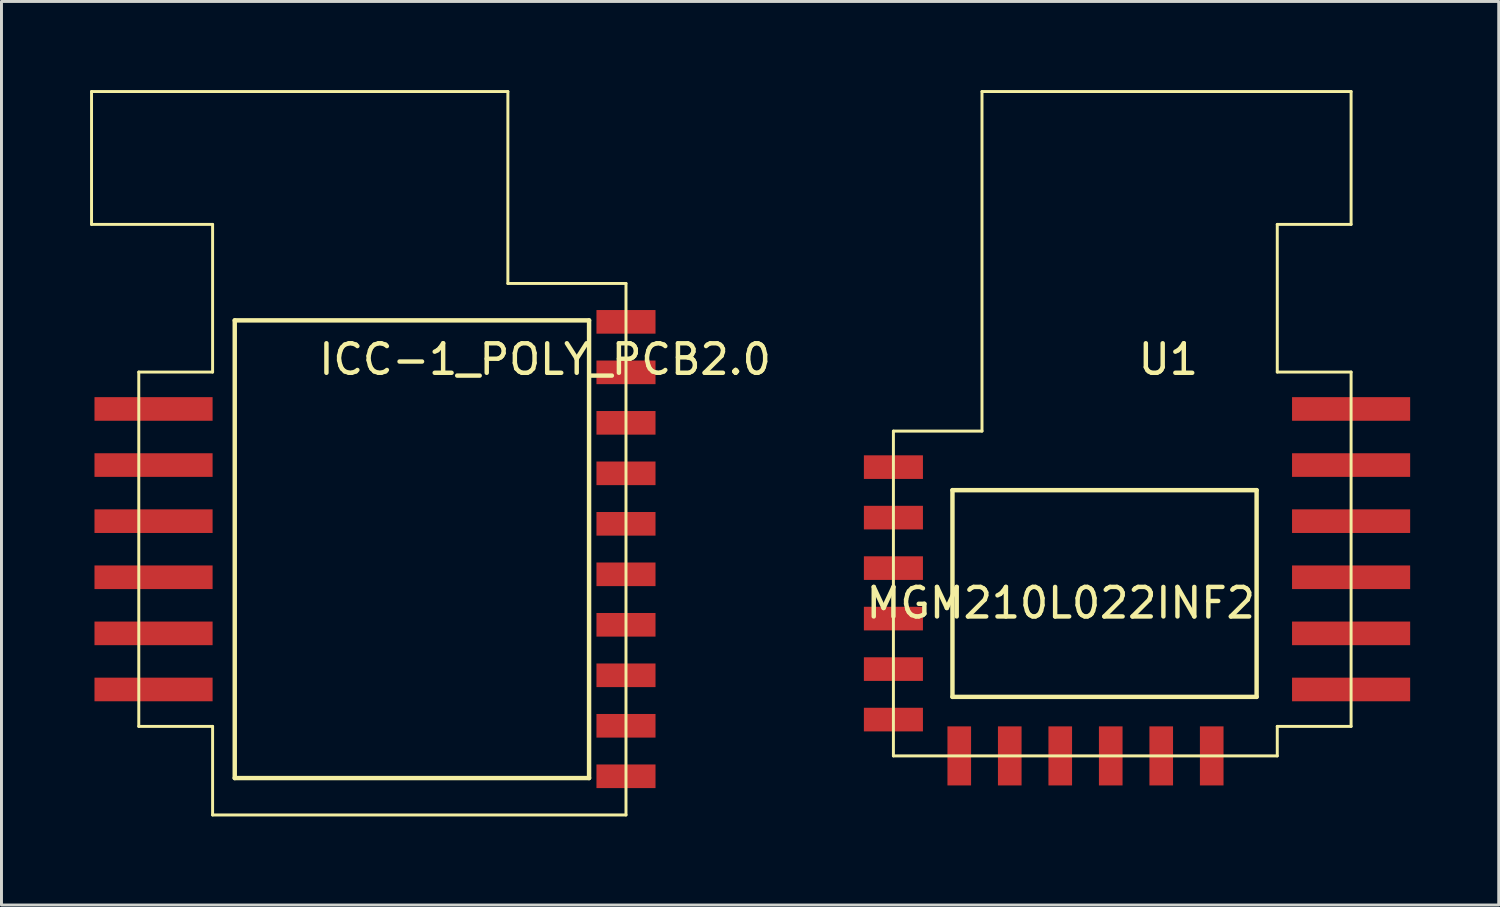
<source format=kicad_pcb>
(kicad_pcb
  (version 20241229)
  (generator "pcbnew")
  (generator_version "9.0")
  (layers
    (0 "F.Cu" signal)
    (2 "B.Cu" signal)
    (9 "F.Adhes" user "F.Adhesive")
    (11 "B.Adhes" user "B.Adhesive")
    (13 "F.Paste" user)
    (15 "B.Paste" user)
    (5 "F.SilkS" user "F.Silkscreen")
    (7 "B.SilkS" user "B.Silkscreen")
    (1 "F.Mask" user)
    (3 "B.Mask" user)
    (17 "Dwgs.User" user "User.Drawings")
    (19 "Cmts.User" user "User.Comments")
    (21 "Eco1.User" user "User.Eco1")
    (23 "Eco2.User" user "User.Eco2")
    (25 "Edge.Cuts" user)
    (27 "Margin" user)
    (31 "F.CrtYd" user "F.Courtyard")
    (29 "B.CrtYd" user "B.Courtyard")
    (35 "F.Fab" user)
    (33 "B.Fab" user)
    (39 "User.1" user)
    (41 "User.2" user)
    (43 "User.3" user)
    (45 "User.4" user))
  (footprint "ICC-1_POLY_PCB2.0"
    (layer "F.Cu")
    (at 9.1 12.3)
    (property "Reference" "ICC-1_POLY_PCB2.0" (at 6.31 -3.18 0) (layer "F.SilkS") (effects (font (size 1 1) (thickness 0.15))))
    (attr through_hole)
    (fp_line (start -9.05 -12.25) (end 5.05 -12.25) (stroke (width 0.1) (type solid)) (layer "F.SilkS"))
    (fp_line (start -9.05 -7.75) (end -9.05 -12.25) (stroke (width 0.1) (type solid)) (layer "F.SilkS"))
    (fp_line (start -7.45 -2.75) (end -4.95 -2.75) (stroke (width 0.1) (type solid)) (layer "F.SilkS"))
    (fp_line (start -7.45 9.25) (end -7.45 -2.75) (stroke (width 0.1) (type solid)) (layer "F.SilkS"))
    (fp_line (start -4.95 -7.75) (end -9.05 -7.75) (stroke (width 0.1) (type solid)) (layer "F.SilkS"))
    (fp_line (start -4.95 -2.75) (end -4.95 -7.75) (stroke (width 0.1) (type solid)) (layer "F.SilkS"))
    (fp_line (start -4.95 9.25) (end -7.45 9.25) (stroke (width 0.1) (type solid)) (layer "F.SilkS"))
    (fp_line (start -4.95 12.25) (end -4.95 9.25) (stroke (width 0.1) (type solid)) (layer "F.SilkS"))
    (fp_line (start -4.2 -4.5) (end 7.8 -4.5) (stroke (width 0.15) (type solid)) (layer "F.SilkS"))
    (fp_line (start -4.2 11) (end -4.2 -4.5) (stroke (width 0.15) (type solid)) (layer "F.SilkS"))
    (fp_line (start 5.05 -12.25) (end 5.05 -5.75) (stroke (width 0.1) (type solid)) (layer "F.SilkS"))
    (fp_line (start 5.05 -5.75) (end 9.05 -5.75) (stroke (width 0.1) (type solid)) (layer "F.SilkS"))
    (fp_line (start 7.8 -4.5) (end 7.8 11) (stroke (width 0.15) (type solid)) (layer "F.SilkS"))
    (fp_line (start 7.8 11) (end -4.2 11) (stroke (width 0.15) (type solid)) (layer "F.SilkS"))
    (fp_line (start 9.05 -5.75) (end 9.05 12.25) (stroke (width 0.1) (type solid)) (layer "F.SilkS"))
    (fp_line (start 9.05 12.25) (end -4.95 12.25) (stroke (width 0.1) (type solid)) (layer "F.SilkS"))
    (pad "1" smd rect (at 9.05 10.94) (size 2 0.8) (layers "F.Cu" "F.Mask" "F.Paste"))
    (pad "2" smd rect (at 9.05 9.23) (size 2 0.8) (layers "F.Cu" "F.Mask" "F.Paste"))
    (pad "3" smd rect (at 9.05 7.52) (size 2 0.8) (layers "F.Cu" "F.Mask" "F.Paste"))
    (pad "4" smd rect (at 9.05 5.81) (size 2 0.8) (layers "F.Cu" "F.Mask" "F.Paste"))
    (pad "5" smd rect (at 9.05 4.1) (size 2 0.8) (layers "F.Cu" "F.Mask" "F.Paste"))
    (pad "6" smd rect (at 9.05 2.39) (size 2 0.8) (layers "F.Cu" "F.Mask" "F.Paste"))
    (pad "7" smd rect (at 9.05 0.68) (size 2 0.8) (layers "F.Cu" "F.Mask" "F.Paste"))
    (pad "8" smd rect (at 9.05 -1.03) (size 2 0.8) (layers "F.Cu" "F.Mask" "F.Paste"))
    (pad "9" smd rect (at 9.05 -2.74) (size 2 0.8) (layers "F.Cu" "F.Mask" "F.Paste"))
    (pad "10" smd rect (at 9.05 -4.45) (size 2 0.8) (layers "F.Cu" "F.Mask" "F.Paste"))
    (pad "11" smd rect (at -6.95 8) (size 4 0.8) (layers "F.Cu" "F.Mask" "F.Paste"))
    (pad "12" smd rect (at -6.95 6.1) (size 4 0.8) (layers "F.Cu" "F.Mask" "F.Paste"))
    (pad "13" smd rect (at -6.95 4.2) (size 4 0.8) (layers "F.Cu" "F.Mask" "F.Paste"))
    (pad "14" smd rect (at -6.95 2.3) (size 4 0.8) (layers "F.Cu" "F.Mask" "F.Paste"))
    (pad "15" smd rect (at -6.95 0.4) (size 4 0.8) (layers "F.Cu" "F.Mask" "F.Paste"))
    (pad "16" smd rect (at -6.95 -1.5) (size 4 0.8) (layers "F.Cu" "F.Mask" "F.Paste")))
  (footprint "MGM210L022INF2"
    (layer "F.Cu")
    (at 32.874 16.872)
    (property "Reference" "MGM210L022INF2" (at 0 0.5 0) (layer "F.SilkS") (effects (font (size 1 1) (thickness 0.15))))
    (attr through_hole)
    (fp_line (start -5.667 5.678) (end -5.667 -5.322) (stroke (width 0.1) (type solid)) (layer "F.SilkS"))
    (fp_line (start -3.667 -3.322) (end 6.633 -3.322) (stroke (width 0.15) (type solid)) (layer "F.SilkS"))
    (fp_line (start -3.667 3.678) (end -3.667 -3.322) (stroke (width 0.15) (type solid)) (layer "F.SilkS"))
    (fp_line (start -2.667 -16.822) (end -2.667 -5.322) (stroke (width 0.1) (type solid)) (layer "F.SilkS"))
    (fp_line (start -2.667 -5.322) (end -5.667 -5.322) (stroke (width 0.1) (type solid)) (layer "F.SilkS"))
    (fp_line (start 6.633 -3.322) (end 6.633 3.678) (stroke (width 0.15) (type solid)) (layer "F.SilkS"))
    (fp_line (start 6.633 3.678) (end -3.667 3.678) (stroke (width 0.15) (type solid)) (layer "F.SilkS"))
    (fp_line (start 7.333 -12.322) (end 7.333 -7.322) (stroke (width 0.1) (type solid)) (layer "F.SilkS"))
    (fp_line (start 7.333 -12.322) (end 9.833 -12.322) (stroke (width 0.1) (type solid)) (layer "F.SilkS"))
    (fp_line (start 7.333 -7.322) (end 9.833 -7.322) (stroke (width 0.1) (type solid)) (layer "F.SilkS"))
    (fp_line (start 7.333 4.678) (end 7.333 5.678) (stroke (width 0.1) (type solid)) (layer "F.SilkS"))
    (fp_line (start 7.333 4.678) (end 9.833 4.678) (stroke (width 0.1) (type solid)) (layer "F.SilkS"))
    (fp_line (start 7.333 5.678) (end -5.667 5.678) (stroke (width 0.1) (type solid)) (layer "F.SilkS"))
    (fp_line (start 9.833 -16.822) (end -2.667 -16.822) (stroke (width 0.1) (type solid)) (layer "F.SilkS"))
    (fp_line (start 9.833 -16.822) (end 9.833 -12.322) (stroke (width 0.1) (type solid)) (layer "F.SilkS"))
    (fp_line (start 9.833 -7.322) (end 9.833 4.678) (stroke (width 0.1) (type solid)) (layer "F.SilkS"))
    (fp_text user "U1" (at 3.643 -7.752 0) (layer "F.SilkS") (effects (font (size 1 1) (thickness 0.15))))
    (pad "1" smd rect (at -5.667 -4.102) (size 2 0.8) (layers "F.Cu" "F.Mask" "F.Paste"))
    (pad "2" smd rect (at -5.667 -2.392) (size 2 0.8) (layers "F.Cu" "F.Mask" "F.Paste"))
    (pad "3" smd rect (at -5.667 -0.682) (size 2 0.8) (layers "F.Cu" "F.Mask" "F.Paste"))
    (pad "4" smd rect (at -5.667 1.028) (size 2 0.8) (layers "F.Cu" "F.Mask" "F.Paste"))
    (pad "5" smd rect (at -5.667 2.738) (size 2 0.8) (layers "F.Cu" "F.Mask" "F.Paste"))
    (pad "6" smd rect (at -5.667 4.448) (size 2 0.8) (layers "F.Cu" "F.Mask" "F.Paste"))
    (pad "7" smd rect (at -3.437 5.678 90) (size 2 0.8) (layers "F.Cu" "F.Mask" "F.Paste"))
    (pad "8" smd rect (at -1.727 5.678 90) (size 2 0.8) (layers "F.Cu" "F.Mask" "F.Paste"))
    (pad "9" smd rect (at -0.017 5.678 90) (size 2 0.8) (layers "F.Cu" "F.Mask" "F.Paste"))
    (pad "10" smd rect (at 1.693 5.678 90) (size 2 0.8) (layers "F.Cu" "F.Mask" "F.Paste"))
    (pad "11" smd rect (at 3.403 5.678 90) (size 2 0.8) (layers "F.Cu" "F.Mask" "F.Paste"))
    (pad "12" smd rect (at 5.113 5.678 90) (size 2 0.8) (layers "F.Cu" "F.Mask" "F.Paste"))
    (pad "13" smd rect (at 9.833 3.428) (size 4 0.8) (layers "F.Cu" "F.Mask" "F.Paste"))
    (pad "14" smd rect (at 9.833 1.528) (size 4 0.8) (layers "F.Cu" "F.Mask" "F.Paste"))
    (pad "15" smd rect (at 9.833 -0.372) (size 4 0.8) (layers "F.Cu" "F.Mask" "F.Paste"))
    (pad "16" smd rect (at 9.833 -2.272) (size 4 0.8) (layers "F.Cu" "F.Mask" "F.Paste"))
    (pad "17" smd rect (at 9.833 -4.172) (size 4 0.8) (layers "F.Cu" "F.Mask" "F.Paste"))
    (pad "18" smd rect (at 9.833 -6.072) (size 4 0.8) (layers "F.Cu" "F.Mask" "F.Paste")))
  (gr_rect
    (start -3 -3)
    (end 47.707 27.6)
    (stroke (width 0.1) (type default))
    (fill no)
    (layer "Edge.Cuts")))
</source>
